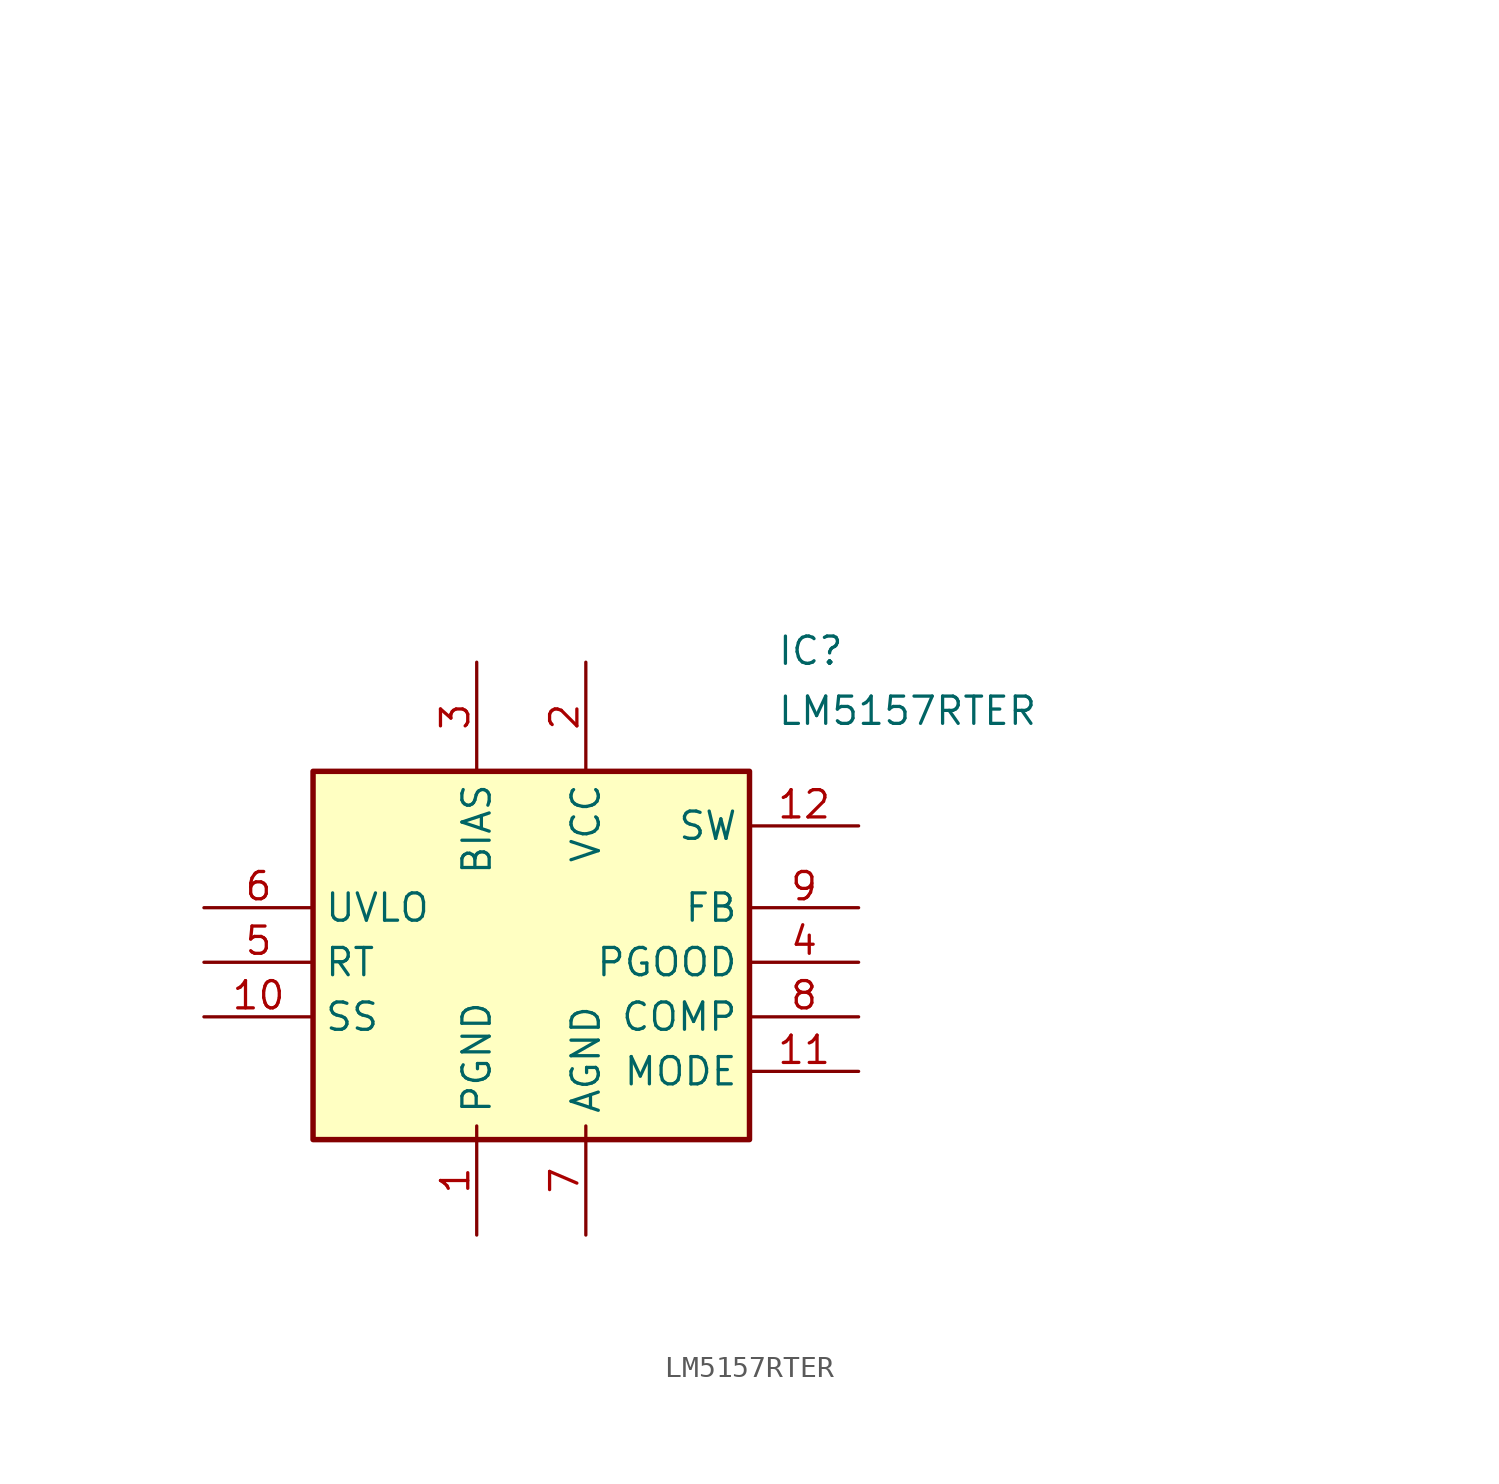
<source format=kicad_sym>
(kicad_symbol_lib
  (version 20231120)
  (generator "kicad_symbol_editor")
  (generator_version "8.0")
  (symbol "LM5157RTER"
    (property "Reference" "IC"
      (at 11.43 13.97 0)
      (effects (font (size 1.27 1.27)) (justify left top)))
    (property "Value" "LM5157RTER"
      (at 11.43 11.176 0)
      (effects (font (size 1.27 1.27)) (justify left top)))
    (symbol "LM5157RTER_1_1"
      (rectangle (start -10.16 7.62) (end 10.16 -9.525) (stroke (width 0.254) (type default)) (fill (type background)))
      (pin passive line (at -2.54 -13.97 90) (length 5.08) (name "PGND" (effects (font (size 1.27 1.27)))) (number "1" (effects (font (size 1.27 1.27)))))
      (pin passive line (at -15.24 -3.81 0) (length 5.08) (name "SS" (effects (font (size 1.27 1.27)))) (number "10" (effects (font (size 1.27 1.27)))))
      (pin passive line (at 15.24 -6.35 180) (length 5.08) (name "MODE" (effects (font (size 1.27 1.27)))) (number "11" (effects (font (size 1.27 1.27)))))
      (pin passive line (at 15.24 5.08 180) (length 5.08) (name "SW" (effects (font (size 1.27 1.27)))) (number "12" (effects (font (size 1.27 1.27)))))
      (pin passive line (at 22.86 33.02 270) (length 5.08) hide (name "SW_2" (effects (font (size 1.27 1.27)))) (number "13" (effects (font (size 1.27 1.27)))))
      (pin passive line (at 19.05 33.02 270) (length 5.08) hide (name "SW_3" (effects (font (size 1.27 1.27)))) (number "14" (effects (font (size 1.27 1.27)))))
      (pin no_connect line (at 29.21 33.02 270) (length 5.08) hide (name "NC" (effects (font (size 1.27 1.27)))) (number "15" (effects (font (size 1.27 1.27)))))
      (pin passive line (at 35.56 34.29 270) (length 5.08) hide (name "PGND_2" (effects (font (size 1.27 1.27)))) (number "16" (effects (font (size 1.27 1.27)))))
      (pin passive line (at 12.7 33.02 270) (length 5.08) hide (name "EP" (effects (font (size 1.27 1.27)))) (number "17" (effects (font (size 1.27 1.27)))))
      (pin passive line (at 2.54 12.7 270) (length 5.08) (name "VCC" (effects (font (size 1.27 1.27)))) (number "2" (effects (font (size 1.27 1.27)))))
      (pin passive line (at -2.54 12.7 270) (length 5.08) (name "BIAS" (effects (font (size 1.27 1.27)))) (number "3" (effects (font (size 1.27 1.27)))))
      (pin passive line (at 15.24 -1.27 180) (length 5.08) (name "PGOOD" (effects (font (size 1.27 1.27)))) (number "4" (effects (font (size 1.27 1.27)))))
      (pin passive line (at -15.24 -1.27 0) (length 5.08) (name "RT" (effects (font (size 1.27 1.27)))) (number "5" (effects (font (size 1.27 1.27)))))
      (pin passive line (at -15.24 1.27 0) (length 5.08) (name "UVLO" (effects (font (size 1.27 1.27)))) (number "6" (effects (font (size 1.27 1.27)))))
      (pin passive line (at 2.54 -13.97 90) (length 5.08) (name "AGND" (effects (font (size 1.27 1.27)))) (number "7" (effects (font (size 1.27 1.27)))))
      (pin passive line (at 15.24 -3.81 180) (length 5.08) (name "COMP" (effects (font (size 1.27 1.27)))) (number "8" (effects (font (size 1.27 1.27)))))
      (pin passive line (at 15.24 1.27 180) (length 5.08) (name "FB" (effects (font (size 1.27 1.27)))) (number "9" (effects (font (size 1.27 1.27))))))))
</source>
